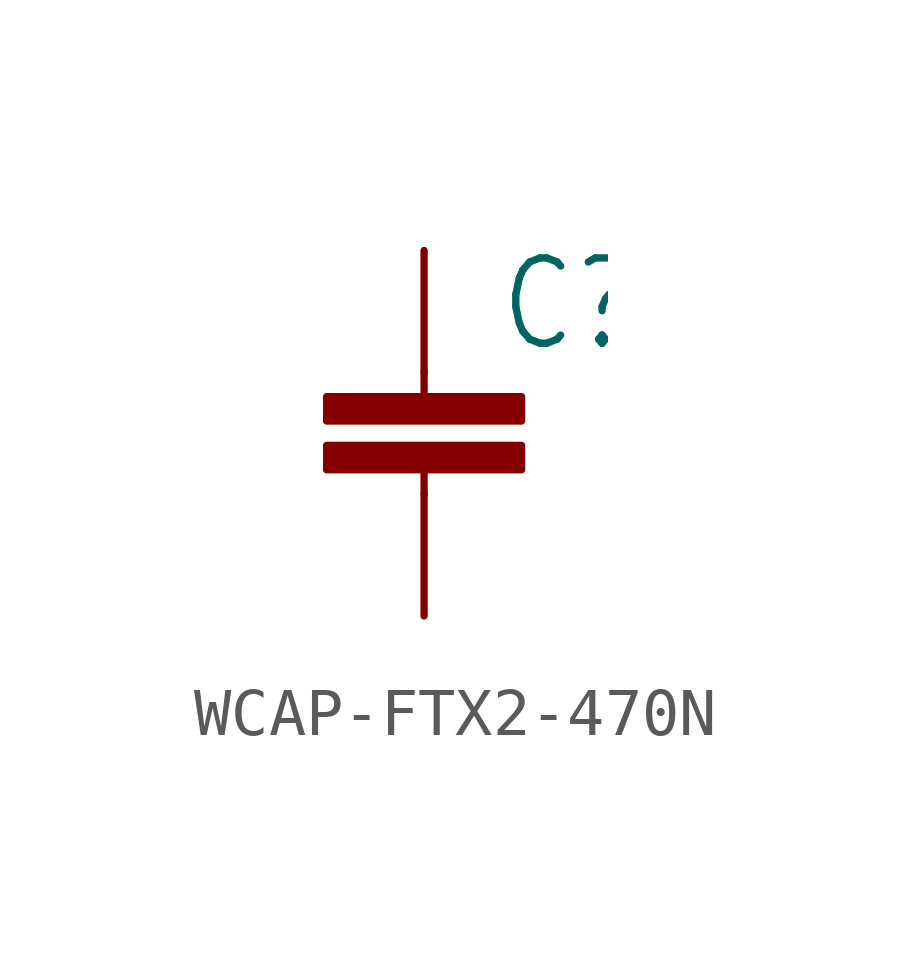
<source format=kicad_sym>
(kicad_symbol_lib
  (version 20231120)
  (generator "kicad_symbol_editor")
  (generator_version "8.0")
  (symbol "WCAP-FTX2-470N"
    (property "Reference" "C"
      (at 1.524 0.381 0)
      (effects (font (size 1.778 1.511)) (justify left bottom)))
    (property "Value" ""
      (at 1.524 -4.699 0)
      (effects (font (size 1.778 1.511)) (justify left bottom)))
    (property "ki_locked" ""
      (at 0 0 0)
      (effects (font (size 1.27 1.27))))
    (symbol "WCAP-FTX2-470N_1_0"
      (rectangle (start -2.032 -2.032) (end 2.032 -1.524) (stroke (width 0) (type default)) (fill (type outline)))
      (rectangle (start -2.032 -1.016) (end 2.032 -0.508) (stroke (width 0) (type default)) (fill (type outline)))
      (polyline (pts (xy 0 -2.54) (xy 0 -2.032)) (stroke (width 0.152) (type solid)) (fill (type none)))
      (polyline (pts (xy 0 0) (xy 0 -0.508)) (stroke (width 0.152) (type solid)) (fill (type none)))
      (pin passive line (at 0 2.54 270) (length 2.54) (name "1" (effects (font (size 0 0)))) (number "1" (effects (font (size 0 0)))))
      (pin passive line (at 0 -5.08 90) (length 2.54) (name "2" (effects (font (size 0 0)))) (number "2" (effects (font (size 0 0))))))))
</source>
